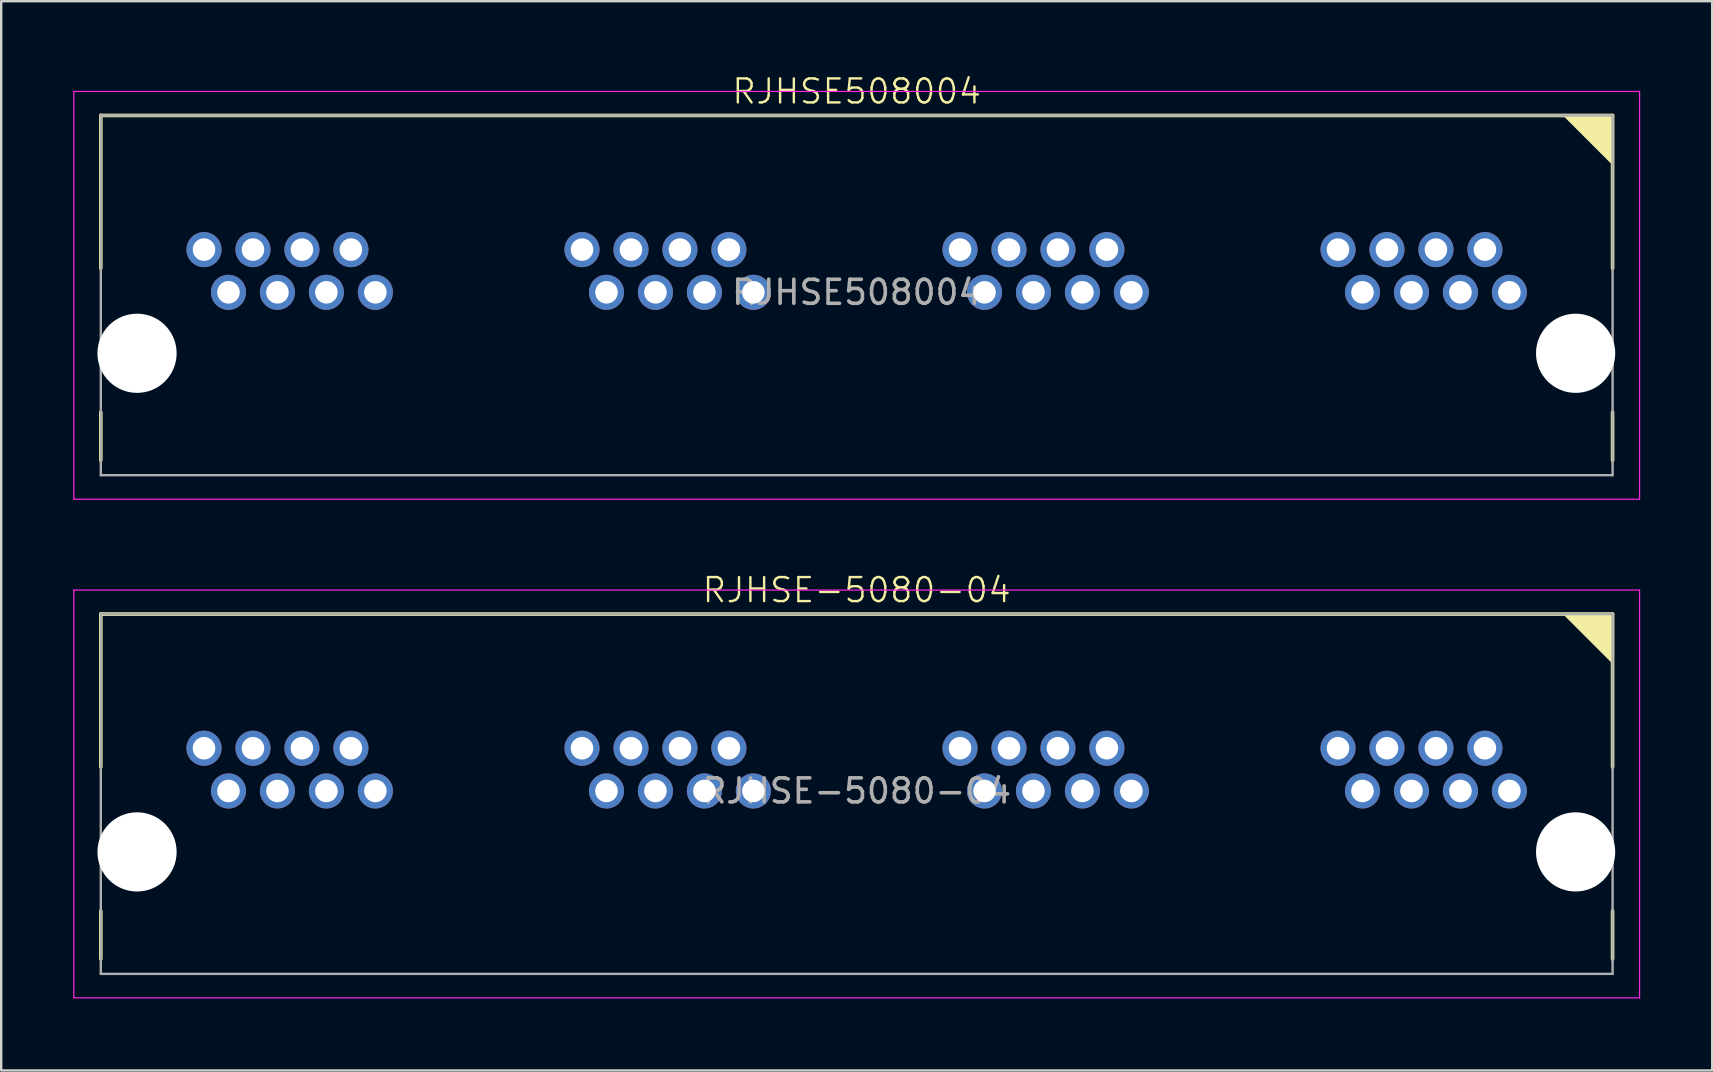
<source format=kicad_pcb>
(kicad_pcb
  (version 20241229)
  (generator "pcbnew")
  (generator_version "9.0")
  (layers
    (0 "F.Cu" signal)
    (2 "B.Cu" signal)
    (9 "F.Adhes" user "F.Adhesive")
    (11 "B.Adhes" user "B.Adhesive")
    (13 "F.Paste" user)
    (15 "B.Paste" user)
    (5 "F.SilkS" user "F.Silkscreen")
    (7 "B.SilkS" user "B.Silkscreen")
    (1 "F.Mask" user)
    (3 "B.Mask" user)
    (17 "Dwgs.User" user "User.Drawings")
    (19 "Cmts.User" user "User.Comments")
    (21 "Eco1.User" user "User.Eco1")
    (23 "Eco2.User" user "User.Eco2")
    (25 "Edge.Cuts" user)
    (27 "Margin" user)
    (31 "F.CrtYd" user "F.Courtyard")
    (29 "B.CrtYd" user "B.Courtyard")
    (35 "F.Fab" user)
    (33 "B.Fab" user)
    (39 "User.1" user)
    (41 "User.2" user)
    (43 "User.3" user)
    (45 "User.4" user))
  (footprint "RJHSE-5080-04"
    (layer "F.Cu")
    (at 32.645 29.906)
    (property "Reference" "RJHSE-5080-04" (at 0 -8.37 0) (unlocked yes) (layer "F.SilkS") (effects (font (size 1 1) (thickness 0.1))))
    (attr through_hole)
    (fp_line (start -31.495 -7.37) (end 31.495 -7.37) (stroke (width 0.15) (type solid)) (layer "F.SilkS"))
    (fp_line (start -31.495 -1) (end -31.495 -7.37) (stroke (width 0.15) (type solid)) (layer "F.SilkS"))
    (fp_line (start -31.495 5) (end -31.495 7) (stroke (width 0.15) (type solid)) (layer "F.SilkS"))
    (fp_line (start 31.495 -7.37) (end 31.495 -1) (stroke (width 0.15) (type solid)) (layer "F.SilkS"))
    (fp_line (start 31.495 7) (end 31.495 5) (stroke (width 0.15) (type solid)) (layer "F.SilkS"))
    (fp_poly (pts (xy 31.495 -7.37) (xy 31.495 -5.37) (xy 29.495 -7.37)) (stroke (width 0.1) (type solid)) (fill yes) (layer "F.SilkS"))
    (fp_line (start -32.62 -8.37) (end 32.62 -8.37) (stroke (width 0.05) (type solid)) (layer "F.CrtYd"))
    (fp_line (start -32.62 8.62) (end -32.62 -8.37) (stroke (width 0.05) (type solid)) (layer "F.CrtYd"))
    (fp_line (start 32.62 8.62) (end -32.62 8.62) (stroke (width 0.05) (type solid)) (layer "F.CrtYd"))
    (fp_line (start 32.62 8.62) (end 32.62 -8.37) (stroke (width 0.05) (type solid)) (layer "F.CrtYd"))
    (fp_line (start -31.495 -7.37) (end 31.495 -7.37) (stroke (width 0.1) (type solid)) (layer "F.Fab"))
    (fp_line (start -31.495 7.62) (end -31.495 -7.37) (stroke (width 0.1) (type solid)) (layer "F.Fab"))
    (fp_line (start 31.495 -7.37) (end 31.495 7.62) (stroke (width 0.1) (type solid)) (layer "F.Fab"))
    (fp_line (start 31.495 7.62) (end -31.495 7.62) (stroke (width 0.1) (type solid)) (layer "F.Fab"))
    (fp_text user "${REFERENCE}" (at 0 0 0) (unlocked yes) (layer "F.Fab") (effects (font (size 1 1) (thickness 0.15))))
    (pad "" np_thru_hole circle (at -29.985 2.54) (size 3.3 3.3) (drill 3.3) (layers "*.Cu" "*.Mask"))
    (pad "" np_thru_hole circle (at 29.955 2.54) (size 3.3 3.3) (drill 3.3) (layers "*.Cu" "*.Mask"))
    (pad "1A" thru_hole circle (at 27.195 0) (size 1.462 1.462) (drill 0.94) (layers "*.Cu" "*.Mask"))
    (pad "1B" thru_hole circle (at 11.445 0) (size 1.462 1.462) (drill 0.94) (layers "*.Cu" "*.Mask"))
    (pad "1C" thru_hole circle (at -4.305 0) (size 1.462 1.462) (drill 0.94) (layers "*.Cu" "*.Mask"))
    (pad "1D" thru_hole circle (at -20.055 0) (size 1.462 1.462) (drill 0.94) (layers "*.Cu" "*.Mask"))
    (pad "2A" thru_hole circle (at 26.175 -1.78) (size 1.462 1.462) (drill 0.94) (layers "*.Cu" "*.Mask"))
    (pad "2B" thru_hole circle (at 10.425 -1.78) (size 1.462 1.462) (drill 0.94) (layers "*.Cu" "*.Mask"))
    (pad "2C" thru_hole circle (at -5.325 -1.78) (size 1.462 1.462) (drill 0.94) (layers "*.Cu" "*.Mask"))
    (pad "2D" thru_hole circle (at -21.075 -1.78) (size 1.462 1.462) (drill 0.94) (layers "*.Cu" "*.Mask"))
    (pad "3A" thru_hole circle (at 25.155 0) (size 1.462 1.462) (drill 0.94) (layers "*.Cu" "*.Mask"))
    (pad "3B" thru_hole circle (at 9.405 0) (size 1.462 1.462) (drill 0.94) (layers "*.Cu" "*.Mask"))
    (pad "3C" thru_hole circle (at -6.345 0) (size 1.462 1.462) (drill 0.94) (layers "*.Cu" "*.Mask"))
    (pad "3D" thru_hole circle (at -22.095 0) (size 1.462 1.462) (drill 0.94) (layers "*.Cu" "*.Mask"))
    (pad "4A" thru_hole circle (at 24.135 -1.78) (size 1.462 1.462) (drill 0.94) (layers "*.Cu" "*.Mask"))
    (pad "4B" thru_hole circle (at 8.385 -1.78) (size 1.462 1.462) (drill 0.94) (layers "*.Cu" "*.Mask"))
    (pad "4C" thru_hole circle (at -7.365 -1.78) (size 1.462 1.462) (drill 0.94) (layers "*.Cu" "*.Mask"))
    (pad "4D" thru_hole circle (at -23.115 -1.78) (size 1.462 1.462) (drill 0.94) (layers "*.Cu" "*.Mask"))
    (pad "5A" thru_hole circle (at 23.115 0) (size 1.462 1.462) (drill 0.94) (layers "*.Cu" "*.Mask"))
    (pad "5B" thru_hole circle (at 7.365 0) (size 1.462 1.462) (drill 0.94) (layers "*.Cu" "*.Mask"))
    (pad "5C" thru_hole circle (at -8.385 0) (size 1.462 1.462) (drill 0.94) (layers "*.Cu" "*.Mask"))
    (pad "5D" thru_hole circle (at -24.135 0) (size 1.462 1.462) (drill 0.94) (layers "*.Cu" "*.Mask"))
    (pad "6A" thru_hole circle (at 22.095 -1.78) (size 1.462 1.462) (drill 0.94) (layers "*.Cu" "*.Mask"))
    (pad "6B" thru_hole circle (at 6.345 -1.78) (size 1.462 1.462) (drill 0.94) (layers "*.Cu" "*.Mask"))
    (pad "6C" thru_hole circle (at -9.405 -1.78) (size 1.462 1.462) (drill 0.94) (layers "*.Cu" "*.Mask"))
    (pad "6D" thru_hole circle (at -25.155 -1.78) (size 1.462 1.462) (drill 0.94) (layers "*.Cu" "*.Mask"))
    (pad "7A" thru_hole circle (at 21.075 0) (size 1.462 1.462) (drill 0.94) (layers "*.Cu" "*.Mask"))
    (pad "7B" thru_hole circle (at 5.325 0) (size 1.462 1.462) (drill 0.94) (layers "*.Cu" "*.Mask"))
    (pad "7C" thru_hole circle (at -10.425 0) (size 1.462 1.462) (drill 0.94) (layers "*.Cu" "*.Mask"))
    (pad "7D" thru_hole circle (at -26.175 0) (size 1.462 1.462) (drill 0.94) (layers "*.Cu" "*.Mask"))
    (pad "8A" thru_hole circle (at 20.055 -1.78) (size 1.462 1.462) (drill 0.94) (layers "*.Cu" "*.Mask"))
    (pad "8B" thru_hole circle (at 4.305 -1.78) (size 1.462 1.462) (drill 0.94) (layers "*.Cu" "*.Mask"))
    (pad "8C" thru_hole circle (at -11.445 -1.78) (size 1.462 1.462) (drill 0.94) (layers "*.Cu" "*.Mask"))
    (pad "8D" thru_hole circle (at -27.195 -1.78) (size 1.462 1.462) (drill 0.94) (layers "*.Cu" "*.Mask")))
  (footprint "RJHSE508004"
    (layer "F.Cu")
    (at 32.645 9.13)
    (property "Reference" "RJHSE508004" (at 0 -8.37 0) (unlocked yes) (layer "F.SilkS") (effects (font (size 1 1) (thickness 0.1))))
    (attr through_hole)
    (fp_line (start -31.495 -7.37) (end 31.495 -7.37) (stroke (width 0.15) (type solid)) (layer "F.SilkS"))
    (fp_line (start -31.495 -1) (end -31.495 -7.37) (stroke (width 0.15) (type solid)) (layer "F.SilkS"))
    (fp_line (start -31.495 5) (end -31.495 7) (stroke (width 0.15) (type solid)) (layer "F.SilkS"))
    (fp_line (start 31.495 -7.37) (end 31.495 -1) (stroke (width 0.15) (type solid)) (layer "F.SilkS"))
    (fp_line (start 31.495 7) (end 31.495 5) (stroke (width 0.15) (type solid)) (layer "F.SilkS"))
    (fp_poly (pts (xy 31.495 -7.37) (xy 31.495 -5.37) (xy 29.495 -7.37)) (stroke (width 0.1) (type solid)) (fill yes) (layer "F.SilkS"))
    (fp_line (start -32.62 -8.37) (end 32.62 -8.37) (stroke (width 0.05) (type solid)) (layer "F.CrtYd"))
    (fp_line (start -32.62 8.62) (end -32.62 -8.37) (stroke (width 0.05) (type solid)) (layer "F.CrtYd"))
    (fp_line (start 32.62 8.62) (end -32.62 8.62) (stroke (width 0.05) (type solid)) (layer "F.CrtYd"))
    (fp_line (start 32.62 8.62) (end 32.62 -8.37) (stroke (width 0.05) (type solid)) (layer "F.CrtYd"))
    (fp_line (start -31.495 -7.37) (end 31.495 -7.37) (stroke (width 0.1) (type solid)) (layer "F.Fab"))
    (fp_line (start -31.495 7.62) (end -31.495 -7.37) (stroke (width 0.1) (type solid)) (layer "F.Fab"))
    (fp_line (start 31.495 -7.37) (end 31.495 7.62) (stroke (width 0.1) (type solid)) (layer "F.Fab"))
    (fp_line (start 31.495 7.62) (end -31.495 7.62) (stroke (width 0.1) (type solid)) (layer "F.Fab"))
    (fp_text user "${REFERENCE}" (at 0 0 0) (unlocked yes) (layer "F.Fab") (effects (font (size 1 1) (thickness 0.15))))
    (pad "" np_thru_hole circle (at -29.985 2.54) (size 3.3 3.3) (drill 3.3) (layers "*.Cu" "*.Mask"))
    (pad "" np_thru_hole circle (at 29.955 2.54) (size 3.3 3.3) (drill 3.3) (layers "*.Cu" "*.Mask"))
    (pad "1A" thru_hole circle (at 27.195 0) (size 1.462 1.462) (drill 0.94) (layers "*.Cu" "*.Mask"))
    (pad "1B" thru_hole circle (at 11.445 0) (size 1.462 1.462) (drill 0.94) (layers "*.Cu" "*.Mask"))
    (pad "1C" thru_hole circle (at -4.305 0) (size 1.462 1.462) (drill 0.94) (layers "*.Cu" "*.Mask"))
    (pad "1D" thru_hole circle (at -20.055 0) (size 1.462 1.462) (drill 0.94) (layers "*.Cu" "*.Mask"))
    (pad "2A" thru_hole circle (at 26.175 -1.78) (size 1.462 1.462) (drill 0.94) (layers "*.Cu" "*.Mask"))
    (pad "2B" thru_hole circle (at 10.425 -1.78) (size 1.462 1.462) (drill 0.94) (layers "*.Cu" "*.Mask"))
    (pad "2C" thru_hole circle (at -5.325 -1.78) (size 1.462 1.462) (drill 0.94) (layers "*.Cu" "*.Mask"))
    (pad "2D" thru_hole circle (at -21.075 -1.78) (size 1.462 1.462) (drill 0.94) (layers "*.Cu" "*.Mask"))
    (pad "3A" thru_hole circle (at 25.155 0) (size 1.462 1.462) (drill 0.94) (layers "*.Cu" "*.Mask"))
    (pad "3B" thru_hole circle (at 9.405 0) (size 1.462 1.462) (drill 0.94) (layers "*.Cu" "*.Mask"))
    (pad "3C" thru_hole circle (at -6.345 0) (size 1.462 1.462) (drill 0.94) (layers "*.Cu" "*.Mask"))
    (pad "3D" thru_hole circle (at -22.095 0) (size 1.462 1.462) (drill 0.94) (layers "*.Cu" "*.Mask"))
    (pad "4A" thru_hole circle (at 24.135 -1.78) (size 1.462 1.462) (drill 0.94) (layers "*.Cu" "*.Mask"))
    (pad "4B" thru_hole circle (at 8.385 -1.78) (size 1.462 1.462) (drill 0.94) (layers "*.Cu" "*.Mask"))
    (pad "4C" thru_hole circle (at -7.365 -1.78) (size 1.462 1.462) (drill 0.94) (layers "*.Cu" "*.Mask"))
    (pad "4D" thru_hole circle (at -23.115 -1.78) (size 1.462 1.462) (drill 0.94) (layers "*.Cu" "*.Mask"))
    (pad "5A" thru_hole circle (at 23.115 0) (size 1.462 1.462) (drill 0.94) (layers "*.Cu" "*.Mask"))
    (pad "5B" thru_hole circle (at 7.365 0) (size 1.462 1.462) (drill 0.94) (layers "*.Cu" "*.Mask"))
    (pad "5C" thru_hole circle (at -8.385 0) (size 1.462 1.462) (drill 0.94) (layers "*.Cu" "*.Mask"))
    (pad "5D" thru_hole circle (at -24.135 0) (size 1.462 1.462) (drill 0.94) (layers "*.Cu" "*.Mask"))
    (pad "6A" thru_hole circle (at 22.095 -1.78) (size 1.462 1.462) (drill 0.94) (layers "*.Cu" "*.Mask"))
    (pad "6B" thru_hole circle (at 6.345 -1.78) (size 1.462 1.462) (drill 0.94) (layers "*.Cu" "*.Mask"))
    (pad "6C" thru_hole circle (at -9.405 -1.78) (size 1.462 1.462) (drill 0.94) (layers "*.Cu" "*.Mask"))
    (pad "6D" thru_hole circle (at -25.155 -1.78) (size 1.462 1.462) (drill 0.94) (layers "*.Cu" "*.Mask"))
    (pad "7A" thru_hole circle (at 21.075 0) (size 1.462 1.462) (drill 0.94) (layers "*.Cu" "*.Mask"))
    (pad "7B" thru_hole circle (at 5.325 0) (size 1.462 1.462) (drill 0.94) (layers "*.Cu" "*.Mask"))
    (pad "7C" thru_hole circle (at -10.425 0) (size 1.462 1.462) (drill 0.94) (layers "*.Cu" "*.Mask"))
    (pad "7D" thru_hole circle (at -26.175 0) (size 1.462 1.462) (drill 0.94) (layers "*.Cu" "*.Mask"))
    (pad "8A" thru_hole circle (at 20.055 -1.78) (size 1.462 1.462) (drill 0.94) (layers "*.Cu" "*.Mask"))
    (pad "8B" thru_hole circle (at 4.305 -1.78) (size 1.462 1.462) (drill 0.94) (layers "*.Cu" "*.Mask"))
    (pad "8C" thru_hole circle (at -11.445 -1.78) (size 1.462 1.462) (drill 0.94) (layers "*.Cu" "*.Mask"))
    (pad "8D" thru_hole circle (at -27.195 -1.78) (size 1.462 1.462) (drill 0.94) (layers "*.Cu" "*.Mask")))
  (gr_rect
    (start -3 -3)
    (end 68.29 41.551)
    (stroke (width 0.1) (type default))
    (fill no)
    (layer "Edge.Cuts")))
</source>
